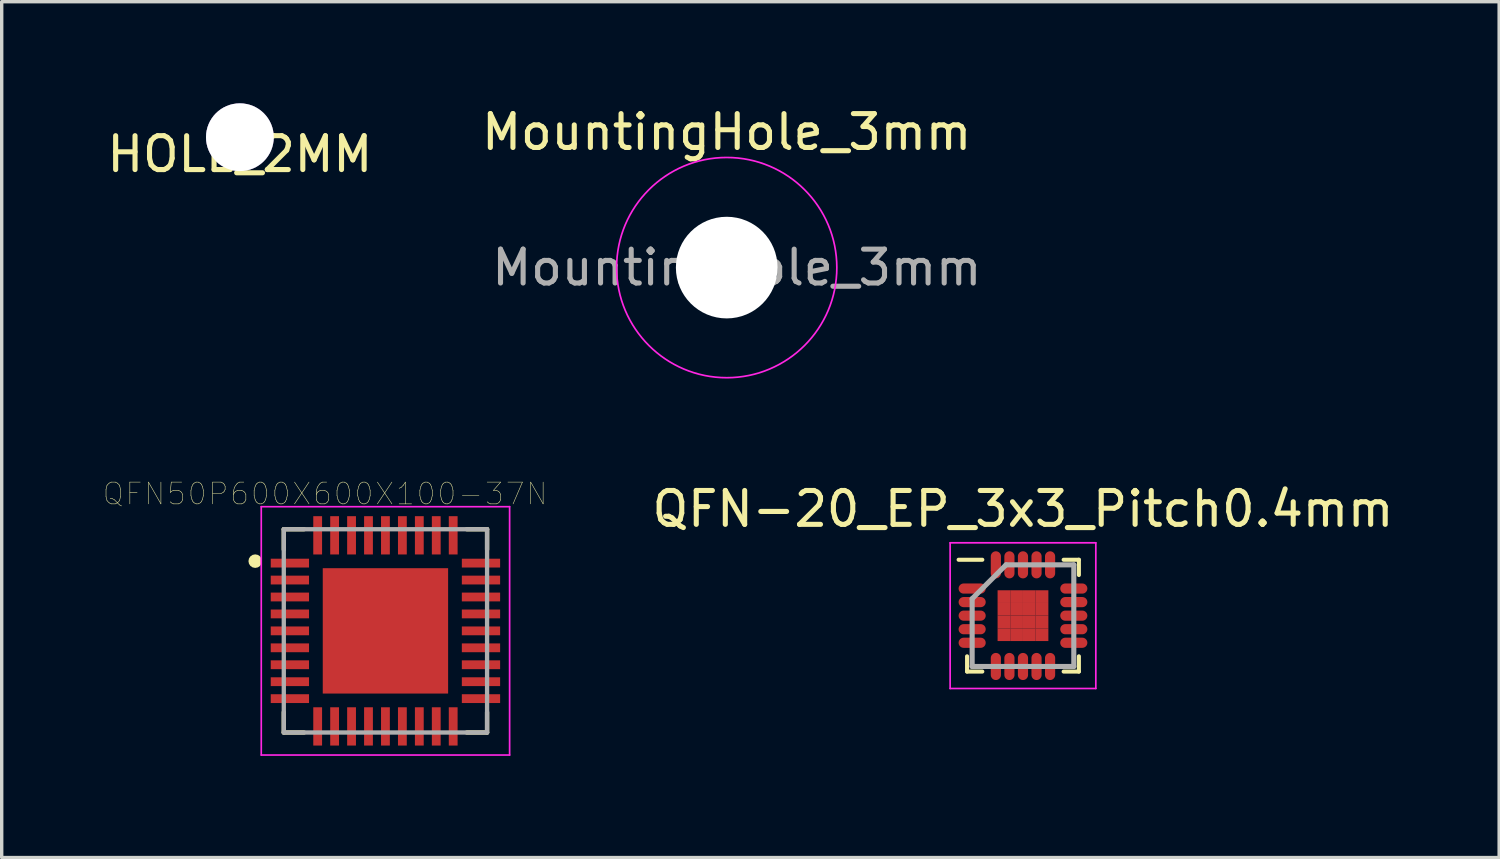
<source format=kicad_pcb>
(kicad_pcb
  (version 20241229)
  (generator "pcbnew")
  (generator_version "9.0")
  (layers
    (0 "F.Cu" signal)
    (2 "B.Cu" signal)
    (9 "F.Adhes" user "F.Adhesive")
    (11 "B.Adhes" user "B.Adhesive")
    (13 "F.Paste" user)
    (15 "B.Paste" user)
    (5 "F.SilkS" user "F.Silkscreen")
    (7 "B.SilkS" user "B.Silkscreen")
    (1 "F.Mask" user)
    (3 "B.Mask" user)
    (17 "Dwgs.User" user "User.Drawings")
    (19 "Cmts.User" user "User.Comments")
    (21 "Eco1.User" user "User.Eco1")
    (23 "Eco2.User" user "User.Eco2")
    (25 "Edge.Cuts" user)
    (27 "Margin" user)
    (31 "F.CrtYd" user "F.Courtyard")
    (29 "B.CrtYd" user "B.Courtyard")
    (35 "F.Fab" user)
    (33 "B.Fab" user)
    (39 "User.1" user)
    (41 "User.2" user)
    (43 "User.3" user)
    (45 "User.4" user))
  (footprint "HOLE_2MM"
    (layer "F.Cu")
    (at 4.03 1)
    (property "Reference" "HOLE_2MM" (at 0 0.5 0) (layer "F.SilkS") (effects (font (size 1 1) (thickness 0.15))))
    (attr through_hole)
    (pad "1" thru_hole circle (at 0 0) (size 2 2) (drill 2) (layers "*.Cu" "*.Mask")))
  (footprint "QFN50P600X600X100-37N"
    (layer "F.Cu")
    (at 8.326 15.57)
    (property "Reference" "QFN50P600X600X100-37N" (at -1.781 -4.045 0) (layer "F.SilkS") (effects (font (size 0.642 0.642) (thickness 0.015))))
    (attr through_hole)
    (fp_line (start -3 -3) (end -2.4 -3) (stroke (width 0.127) (type solid)) (layer "F.SilkS"))
    (fp_line (start -3 -2.4) (end -3 -3) (stroke (width 0.127) (type solid)) (layer "F.SilkS"))
    (fp_line (start -3 2.4) (end -3 3) (stroke (width 0.127) (type solid)) (layer "F.SilkS"))
    (fp_line (start -3 3) (end -2.4 3) (stroke (width 0.127) (type solid)) (layer "F.SilkS"))
    (fp_line (start 2.4 -3) (end 3 -3) (stroke (width 0.127) (type solid)) (layer "F.SilkS"))
    (fp_line (start 2.4 3) (end 3 3) (stroke (width 0.127) (type solid)) (layer "F.SilkS"))
    (fp_line (start 3 -3) (end 3 -2.4) (stroke (width 0.127) (type solid)) (layer "F.SilkS"))
    (fp_line (start 3 3) (end 3 2.4) (stroke (width 0.127) (type solid)) (layer "F.SilkS"))
    (fp_circle (center -3.843 -2.058) (end -3.743 -2.058) (stroke (width 0.2) (type solid)) (fill no) (layer "F.SilkS"))
    (fp_poly (pts (xy -1.176 -1.17) (xy 1.17 -1.17) (xy 1.17 1.176) (xy -1.176 1.176)) (stroke (width 0.01) (type solid)) (fill yes) (layer "F.Paste"))
    (fp_line (start -3.665 -3.665) (end 3.665 -3.665) (stroke (width 0.05) (type solid)) (layer "F.CrtYd"))
    (fp_line (start -3.665 3.665) (end -3.665 -3.665) (stroke (width 0.05) (type solid)) (layer "F.CrtYd"))
    (fp_line (start 3.665 -3.665) (end 3.665 3.665) (stroke (width 0.05) (type solid)) (layer "F.CrtYd"))
    (fp_line (start 3.665 3.665) (end -3.665 3.665) (stroke (width 0.05) (type solid)) (layer "F.CrtYd"))
    (fp_line (start -3 3) (end -3 -3) (stroke (width 0.127) (type solid)) (layer "F.Fab"))
    (fp_line (start 3 -3) (end -3 -3) (stroke (width 0.127) (type solid)) (layer "F.Fab"))
    (fp_line (start 3 3) (end -3 3) (stroke (width 0.127) (type solid)) (layer "F.Fab"))
    (fp_line (start 3 3) (end 3 -3) (stroke (width 0.127) (type solid)) (layer "F.Fab"))
    (pad "1" smd rect (at -2.82 -2) (size 1.13 0.26) (layers "F.Cu" "F.Mask" "F.Paste"))
    (pad "2" smd rect (at -2.82 -1.5) (size 1.13 0.26) (layers "F.Cu" "F.Mask" "F.Paste"))
    (pad "3" smd rect (at -2.82 -1) (size 1.13 0.26) (layers "F.Cu" "F.Mask" "F.Paste"))
    (pad "4" smd rect (at -2.82 -0.5) (size 1.13 0.26) (layers "F.Cu" "F.Mask" "F.Paste"))
    (pad "5" smd rect (at -2.82 0) (size 1.13 0.26) (layers "F.Cu" "F.Mask" "F.Paste"))
    (pad "6" smd rect (at -2.82 0.5) (size 1.13 0.26) (layers "F.Cu" "F.Mask" "F.Paste"))
    (pad "7" smd rect (at -2.82 1) (size 1.13 0.26) (layers "F.Cu" "F.Mask" "F.Paste"))
    (pad "8" smd rect (at -2.82 1.5) (size 1.13 0.26) (layers "F.Cu" "F.Mask" "F.Paste"))
    (pad "9" smd rect (at -2.82 2) (size 1.13 0.26) (layers "F.Cu" "F.Mask" "F.Paste"))
    (pad "10" smd rect (at -2 2.82) (size 0.26 1.13) (layers "F.Cu" "F.Mask" "F.Paste"))
    (pad "11" smd rect (at -1.5 2.82) (size 0.26 1.13) (layers "F.Cu" "F.Mask" "F.Paste"))
    (pad "12" smd rect (at -1 2.82) (size 0.26 1.13) (layers "F.Cu" "F.Mask" "F.Paste"))
    (pad "13" smd rect (at -0.5 2.82) (size 0.26 1.13) (layers "F.Cu" "F.Mask" "F.Paste"))
    (pad "14" smd rect (at 0 2.82) (size 0.26 1.13) (layers "F.Cu" "F.Mask" "F.Paste"))
    (pad "15" smd rect (at 0.5 2.82) (size 0.26 1.13) (layers "F.Cu" "F.Mask" "F.Paste"))
    (pad "16" smd rect (at 1 2.82) (size 0.26 1.13) (layers "F.Cu" "F.Mask" "F.Paste"))
    (pad "17" smd rect (at 1.5 2.82) (size 0.26 1.13) (layers "F.Cu" "F.Mask" "F.Paste"))
    (pad "18" smd rect (at 2 2.82) (size 0.26 1.13) (layers "F.Cu" "F.Mask" "F.Paste"))
    (pad "19" smd rect (at 2.82 2) (size 1.13 0.26) (layers "F.Cu" "F.Mask" "F.Paste"))
    (pad "20" smd rect (at 2.82 1.5) (size 1.13 0.26) (layers "F.Cu" "F.Mask" "F.Paste"))
    (pad "21" smd rect (at 2.82 1) (size 1.13 0.26) (layers "F.Cu" "F.Mask" "F.Paste"))
    (pad "22" smd rect (at 2.82 0.5) (size 1.13 0.26) (layers "F.Cu" "F.Mask" "F.Paste"))
    (pad "23" smd rect (at 2.82 0) (size 1.13 0.26) (layers "F.Cu" "F.Mask" "F.Paste"))
    (pad "24" smd rect (at 2.82 -0.5) (size 1.13 0.26) (layers "F.Cu" "F.Mask" "F.Paste"))
    (pad "25" smd rect (at 2.82 -1) (size 1.13 0.26) (layers "F.Cu" "F.Mask" "F.Paste"))
    (pad "26" smd rect (at 2.82 -1.5) (size 1.13 0.26) (layers "F.Cu" "F.Mask" "F.Paste"))
    (pad "27" smd rect (at 2.82 -2) (size 1.13 0.26) (layers "F.Cu" "F.Mask" "F.Paste"))
    (pad "28" smd rect (at 2 -2.82) (size 0.26 1.13) (layers "F.Cu" "F.Mask" "F.Paste"))
    (pad "29" smd rect (at 1.5 -2.82) (size 0.26 1.13) (layers "F.Cu" "F.Mask" "F.Paste"))
    (pad "30" smd rect (at 1 -2.82) (size 0.26 1.13) (layers "F.Cu" "F.Mask" "F.Paste"))
    (pad "31" smd rect (at 0.5 -2.82) (size 0.26 1.13) (layers "F.Cu" "F.Mask" "F.Paste"))
    (pad "32" smd rect (at 0 -2.82) (size 0.26 1.13) (layers "F.Cu" "F.Mask" "F.Paste"))
    (pad "33" smd rect (at -0.5 -2.82) (size 0.26 1.13) (layers "F.Cu" "F.Mask" "F.Paste"))
    (pad "34" smd rect (at -1 -2.82) (size 0.26 1.13) (layers "F.Cu" "F.Mask" "F.Paste"))
    (pad "35" smd rect (at -1.5 -2.82) (size 0.26 1.13) (layers "F.Cu" "F.Mask" "F.Paste"))
    (pad "36" smd rect (at -2 -2.82) (size 0.26 1.13) (layers "F.Cu" "F.Mask" "F.Paste"))
    (pad "37" smd rect (at 0 0) (size 3.7 3.7) (layers "F.Cu" "F.Mask")))
  (footprint "QFN-20_EP_3x3_Pitch0.4mm"
    (layer "F.Cu")
    (at 27.143 15.121)
    (property "Reference" "QFN-20_EP_3x3_Pitch0.4mm" (at 0 -3.15 0) (layer "F.SilkS") (effects (font (size 1 1) (thickness 0.15))))
    (attr smd)
    (fp_line (start -1.65 1.65) (end -1.65 1.2) (stroke (width 0.12) (type solid)) (layer "F.SilkS"))
    (fp_line (start -1.2 -1.65) (end -1.9 -1.65) (stroke (width 0.12) (type solid)) (layer "F.SilkS"))
    (fp_line (start -1.2 1.65) (end -1.65 1.65) (stroke (width 0.12) (type solid)) (layer "F.SilkS"))
    (fp_line (start 1.2 -1.65) (end 1.65 -1.65) (stroke (width 0.12) (type solid)) (layer "F.SilkS"))
    (fp_line (start 1.2 1.65) (end 1.65 1.65) (stroke (width 0.12) (type solid)) (layer "F.SilkS"))
    (fp_line (start 1.65 -1.65) (end 1.65 -1.2) (stroke (width 0.12) (type solid)) (layer "F.SilkS"))
    (fp_line (start 1.65 1.65) (end 1.65 1.2) (stroke (width 0.12) (type solid)) (layer "F.SilkS"))
    (fp_line (start -2.15 -2.15) (end 2.15 -2.15) (stroke (width 0.05) (type solid)) (layer "F.CrtYd"))
    (fp_line (start -2.15 2.15) (end -2.15 -2.15) (stroke (width 0.05) (type solid)) (layer "F.CrtYd"))
    (fp_line (start 2.15 -2.15) (end 2.15 2.15) (stroke (width 0.05) (type solid)) (layer "F.CrtYd"))
    (fp_line (start 2.15 2.15) (end -2.15 2.15) (stroke (width 0.05) (type solid)) (layer "F.CrtYd"))
    (fp_line (start -1.5 -0.5) (end -1.5 1.5) (stroke (width 0.15) (type solid)) (layer "F.Fab"))
    (fp_line (start -1.5 1.5) (end 1.5 1.5) (stroke (width 0.15) (type solid)) (layer "F.Fab"))
    (fp_line (start -0.5 -1.5) (end -1.5 -0.5) (stroke (width 0.15) (type solid)) (layer "F.Fab"))
    (fp_line (start 1.5 -1.5) (end -0.5 -1.5) (stroke (width 0.15) (type solid)) (layer "F.Fab"))
    (fp_line (start 1.5 1.5) (end 1.5 -1.5) (stroke (width 0.15) (type solid)) (layer "F.Fab"))
    (pad "1" smd oval (at -1.5 -0.8 90) (size 0.3 0.8) (layers "F.Cu" "F.Mask" "F.Paste"))
    (pad "2" smd oval (at -1.5 -0.4 90) (size 0.3 0.8) (layers "F.Cu" "F.Mask" "F.Paste"))
    (pad "3" smd oval (at -1.5 0 90) (size 0.3 0.8) (layers "F.Cu" "F.Mask" "F.Paste"))
    (pad "4" smd oval (at -1.5 0.4 90) (size 0.3 0.8) (layers "F.Cu" "F.Mask" "F.Paste"))
    (pad "5" smd oval (at -1.5 0.8 90) (size 0.3 0.8) (layers "F.Cu" "F.Mask" "F.Paste"))
    (pad "6" smd oval (at -0.8 1.5) (size 0.3 0.8) (layers "F.Cu" "F.Mask" "F.Paste"))
    (pad "7" smd oval (at -0.4 1.5) (size 0.3 0.8) (layers "F.Cu" "F.Mask" "F.Paste"))
    (pad "8" smd oval (at 0 1.5) (size 0.3 0.8) (layers "F.Cu" "F.Mask" "F.Paste"))
    (pad "9" smd oval (at 0.4 1.5) (size 0.3 0.8) (layers "F.Cu" "F.Mask" "F.Paste"))
    (pad "10" smd oval (at 0.8 1.5) (size 0.3 0.8) (layers "F.Cu" "F.Mask" "F.Paste"))
    (pad "11" smd oval (at 1.5 0.8 90) (size 0.3 0.8) (layers "F.Cu" "F.Mask" "F.Paste"))
    (pad "12" smd oval (at 1.5 0.4 90) (size 0.3 0.8) (layers "F.Cu" "F.Mask" "F.Paste"))
    (pad "13" smd oval (at 1.5 0 90) (size 0.3 0.8) (layers "F.Cu" "F.Mask" "F.Paste"))
    (pad "14" smd oval (at 1.5 -0.4 90) (size 0.3 0.8) (layers "F.Cu" "F.Mask" "F.Paste"))
    (pad "15" smd oval (at 1.5 -0.8 90) (size 0.3 0.8) (layers "F.Cu" "F.Mask" "F.Paste"))
    (pad "16" smd oval (at 0.8 -1.5) (size 0.3 0.8) (layers "F.Cu" "F.Mask" "F.Paste"))
    (pad "17" smd oval (at 0.4 -1.5) (size 0.3 0.8) (layers "F.Cu" "F.Mask" "F.Paste"))
    (pad "18" smd oval (at 0 -1.5) (size 0.3 0.8) (layers "F.Cu" "F.Mask" "F.Paste"))
    (pad "19" smd oval (at -0.4 -1.5) (size 0.3 0.8) (layers "F.Cu" "F.Mask" "F.Paste"))
    (pad "20" smd oval (at -0.8 -1.5) (size 0.3 0.8) (layers "F.Cu" "F.Mask" "F.Paste"))
    (pad "21" smd rect (at -0.562 -0.562) (size 0.375 0.375) (layers "F.Cu" "F.Mask" "F.Paste"))
    (pad "21" smd rect (at -0.562 -0.188) (size 0.375 0.375) (layers "F.Cu" "F.Mask" "F.Paste"))
    (pad "21" smd rect (at -0.562 0.188) (size 0.375 0.375) (layers "F.Cu" "F.Mask" "F.Paste"))
    (pad "21" smd rect (at -0.562 0.562) (size 0.375 0.375) (layers "F.Cu" "F.Mask" "F.Paste"))
    (pad "21" smd rect (at -0.188 -0.562) (size 0.375 0.375) (layers "F.Cu" "F.Mask" "F.Paste"))
    (pad "21" smd rect (at -0.188 -0.188) (size 0.375 0.375) (layers "F.Cu" "F.Mask" "F.Paste"))
    (pad "21" smd rect (at -0.188 0.188) (size 0.375 0.375) (layers "F.Cu" "F.Mask" "F.Paste"))
    (pad "21" smd rect (at -0.188 0.562) (size 0.375 0.375) (layers "F.Cu" "F.Mask" "F.Paste"))
    (pad "21" smd rect (at 0.188 -0.562) (size 0.375 0.375) (layers "F.Cu" "F.Mask" "F.Paste"))
    (pad "21" smd rect (at 0.188 -0.188) (size 0.375 0.375) (layers "F.Cu" "F.Mask" "F.Paste"))
    (pad "21" smd rect (at 0.188 0.188) (size 0.375 0.375) (layers "F.Cu" "F.Mask" "F.Paste"))
    (pad "21" smd rect (at 0.188 0.562) (size 0.375 0.375) (layers "F.Cu" "F.Mask" "F.Paste"))
    (pad "21" smd rect (at 0.562 -0.562) (size 0.375 0.375) (layers "F.Cu" "F.Mask" "F.Paste"))
    (pad "21" smd rect (at 0.562 -0.188) (size 0.375 0.375) (layers "F.Cu" "F.Mask" "F.Paste"))
    (pad "21" smd rect (at 0.562 0.188) (size 0.375 0.375) (layers "F.Cu" "F.Mask" "F.Paste"))
    (pad "21" smd rect (at 0.562 0.562) (size 0.375 0.375) (layers "F.Cu" "F.Mask" "F.Paste")))
  (footprint "MountingHole_3mm"
    (layer "F.Cu")
    (at 18.399 4.848)
    (property "Reference" "MountingHole_3mm" (at 0 -4 0) (layer "F.SilkS") (effects (font (size 1 1) (thickness 0.15))))
    (attr exclude_from_pos_files exclude_from_bom)
    (fp_circle (center 0 0) (end 3.25 0) (stroke (width 0.05) (type solid)) (fill no) (layer "F.CrtYd"))
    (fp_text user "${REFERENCE}" (at 0.3 0 0) (layer "F.Fab") (effects (font (size 1 1) (thickness 0.15))))
    (pad "" np_thru_hole circle (at 0 0) (size 3 3) (drill 3) (layers "*.Cu" "*.Mask")))
  (gr_rect
    (start -3 -3)
    (end 41.197 22.26)
    (stroke (width 0.1) (type default))
    (fill no)
    (layer "Edge.Cuts")))
</source>
